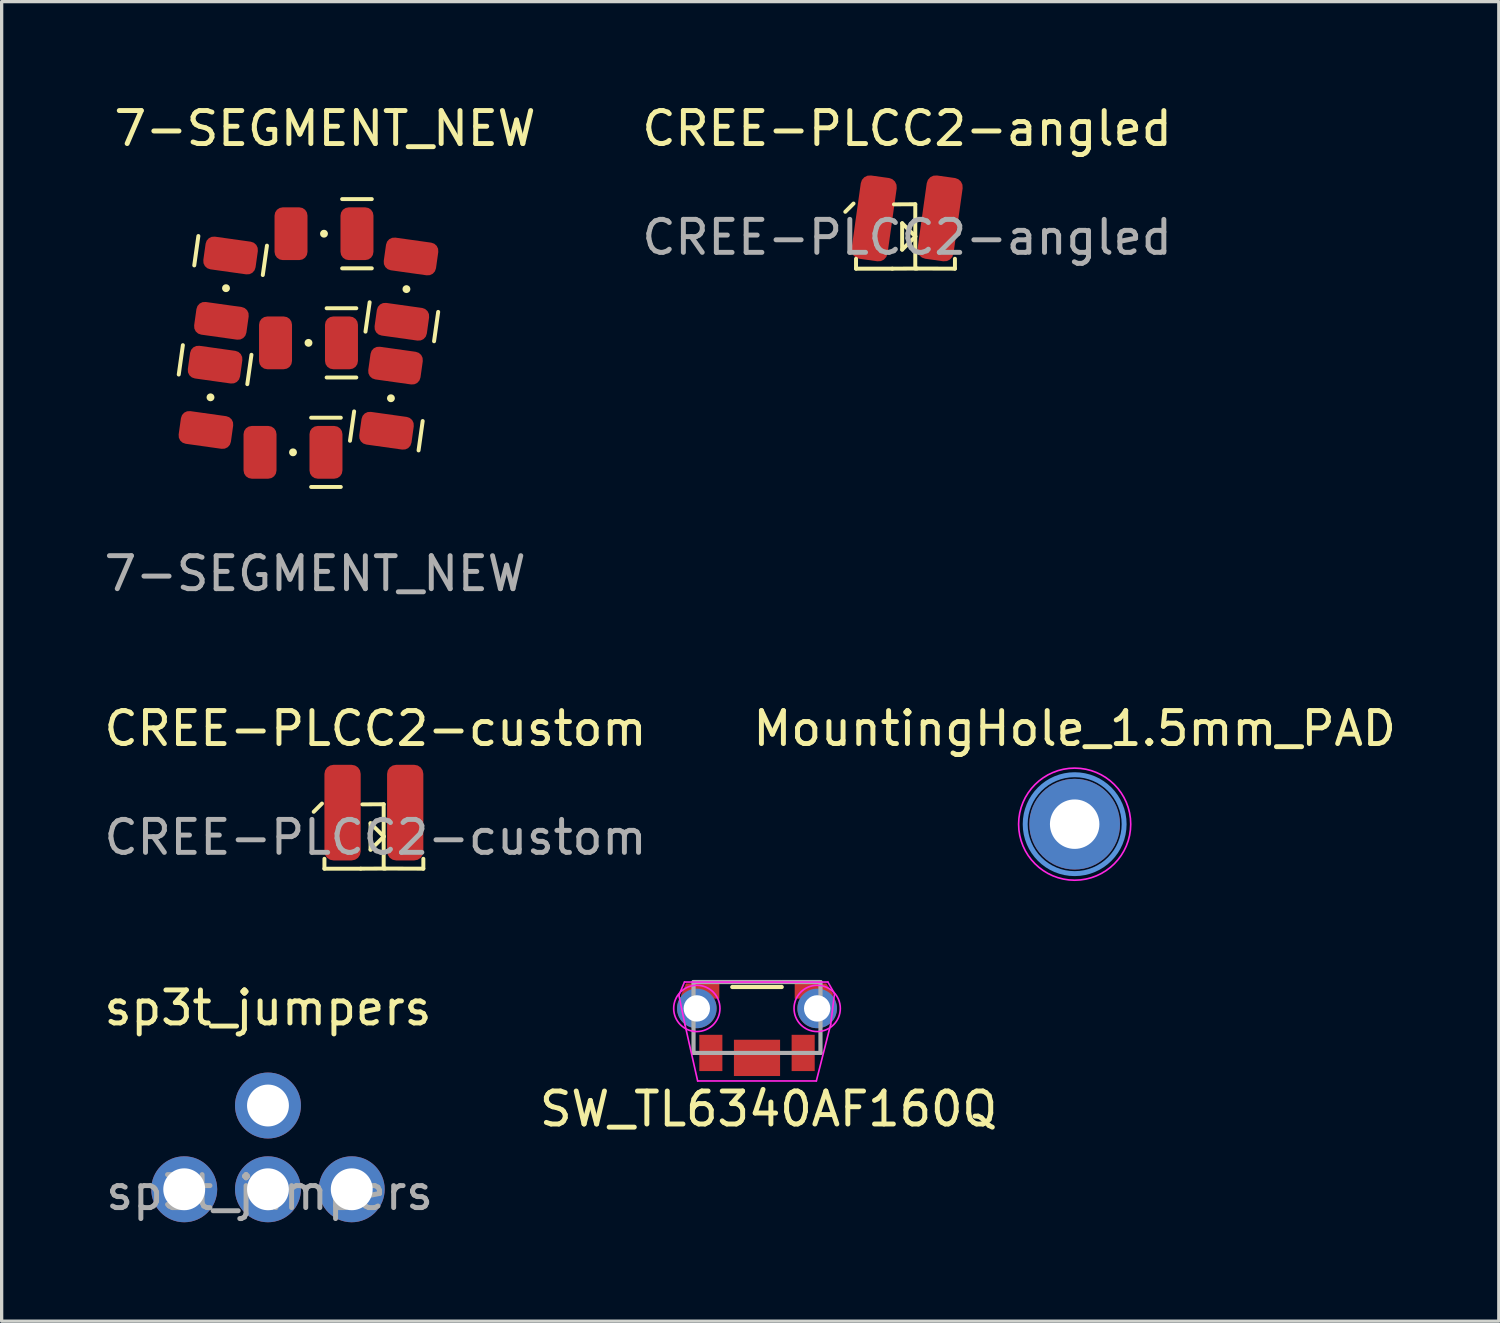
<source format=kicad_pcb>
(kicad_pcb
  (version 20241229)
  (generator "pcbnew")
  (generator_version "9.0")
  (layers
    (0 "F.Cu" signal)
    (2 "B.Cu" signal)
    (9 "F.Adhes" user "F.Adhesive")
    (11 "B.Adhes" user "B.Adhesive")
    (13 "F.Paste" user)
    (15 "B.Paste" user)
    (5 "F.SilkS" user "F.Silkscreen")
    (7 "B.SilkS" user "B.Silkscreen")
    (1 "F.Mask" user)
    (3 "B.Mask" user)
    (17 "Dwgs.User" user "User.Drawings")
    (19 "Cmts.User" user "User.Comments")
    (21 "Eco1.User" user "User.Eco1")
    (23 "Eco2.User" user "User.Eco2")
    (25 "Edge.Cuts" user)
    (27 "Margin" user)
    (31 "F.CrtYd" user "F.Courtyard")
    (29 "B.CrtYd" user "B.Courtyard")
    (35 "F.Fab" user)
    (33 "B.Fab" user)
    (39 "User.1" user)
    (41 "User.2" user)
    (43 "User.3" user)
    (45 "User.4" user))
  (footprint "7-SEGMENT_NEW"
    (layer "F.Cu")
    (at 6.306 7.348)
    (property "Reference" "7-SEGMENT_NEW" (at 0.5 -6.5 0) (unlocked yes) (layer "F.SilkS") (effects (font (size 1 1) (thickness 0.15))))
    (attr smd)
    (fp_line (start -3.81 0.07) (end -3.935 0.961) (stroke (width 0.12) (type default)) (layer "F.SilkS"))
    (fp_line (start -3.34 -3.24) (end -3.465 -2.349) (stroke (width 0.12) (type default)) (layer "F.SilkS"))
    (fp_line (start -1.73 0.362) (end -1.856 1.253) (stroke (width 0.12) (type default)) (layer "F.SilkS"))
    (fp_line (start -1.26 -2.948) (end -1.386 -2.057) (stroke (width 0.12) (type default)) (layer "F.SilkS"))
    (fp_line (start 0.98 2.27) (end 0.08 2.27) (stroke (width 0.12) (type default)) (layer "F.SilkS"))
    (fp_line (start 0.98 4.37) (end 0.08 4.37) (stroke (width 0.12) (type default)) (layer "F.SilkS"))
    (fp_line (start 1.258 2.97) (end 1.384 2.079) (stroke (width 0.12) (type default)) (layer "F.SilkS"))
    (fp_line (start 1.45 -1.05) (end 0.55 -1.05) (stroke (width 0.12) (type default)) (layer "F.SilkS"))
    (fp_line (start 1.45 1.05) (end 0.55 1.05) (stroke (width 0.12) (type default)) (layer "F.SilkS"))
    (fp_line (start 1.728 -0.34) (end 1.854 -1.231) (stroke (width 0.12) (type default)) (layer "F.SilkS"))
    (fp_line (start 1.92 -4.36) (end 1.02 -4.36) (stroke (width 0.12) (type default)) (layer "F.SilkS"))
    (fp_line (start 1.92 -2.26) (end 1.02 -2.26) (stroke (width 0.12) (type default)) (layer "F.SilkS"))
    (fp_line (start 3.338 3.262) (end 3.463 2.371) (stroke (width 0.12) (type default)) (layer "F.SilkS"))
    (fp_line (start 3.808 -0.048) (end 3.933 -0.939) (stroke (width 0.12) (type default)) (layer "F.SilkS"))
    (fp_circle (center -2.972 1.652) (end -2.972 1.652) (stroke (width 0.12) (type default)) (fill no) (layer "F.SilkS"))
    (fp_circle (center -2.502 -1.658) (end -2.502 -1.658) (stroke (width 0.12) (type default)) (fill no) (layer "F.SilkS"))
    (fp_circle (center -0.47 3.32) (end -0.47 3.32) (stroke (width 0.12) (type default)) (fill no) (layer "F.SilkS"))
    (fp_circle (center 0 0) (end 0 0) (stroke (width 0.12) (type default)) (fill no) (layer "F.SilkS"))
    (fp_circle (center 0.47 -3.31) (end 0.47 -3.31) (stroke (width 0.12) (type default)) (fill no) (layer "F.SilkS"))
    (fp_circle (center 2.5 1.68) (end 2.5 1.68) (stroke (width 0.12) (type default)) (fill no) (layer "F.SilkS"))
    (fp_circle (center 2.97 -1.63) (end 2.97 -1.63) (stroke (width 0.12) (type default)) (fill no) (layer "F.SilkS"))
    (fp_text user "${REFERENCE}" (at 0.2 7 0) (unlocked yes) (layer "F.Fab") (effects (font (size 1 1) (thickness 0.15))))
    (pad "1" smd roundrect (at -0.53 -3.31 90) (size 1.6 1) (layers "F.Cu" "F.Mask" "F.Paste") (roundrect_rratio 0.25))
    (pad "2" smd roundrect (at 3.109 -2.62 352) (size 1.6 1) (layers "F.Cu" "F.Mask" "F.Paste") (roundrect_rratio 0.25))
    (pad "3" smd roundrect (at 2.639 0.69 352) (size 1.6 1) (layers "F.Cu" "F.Mask" "F.Paste") (roundrect_rratio 0.25))
    (pad "4" smd roundrect (at -1.47 3.32 90) (size 1.6 1) (layers "F.Cu" "F.Mask" "F.Paste") (roundrect_rratio 0.25))
    (pad "5" smd roundrect (at -3.111 2.642 172) (size 1.6 1) (layers "F.Cu" "F.Mask" "F.Paste") (roundrect_rratio 0.25))
    (pad "6" smd roundrect (at -2.641 -0.668 172) (size 1.6 1) (layers "F.Cu" "F.Mask" "F.Paste") (roundrect_rratio 0.25))
    (pad "7" smd roundrect (at -1 0 90) (size 1.6 1) (layers "F.Cu" "F.Mask" "F.Paste") (roundrect_rratio 0.25))
    (pad "8" smd roundrect (at 1.47 -3.31 90) (size 1.6 1) (layers "F.Cu" "F.Mask" "F.Paste") (roundrect_rratio 0.25))
    (pad "9" smd roundrect (at 2.831 -0.64 352) (size 1.6 1) (layers "F.Cu" "F.Mask" "F.Paste") (roundrect_rratio 0.25))
    (pad "10" smd roundrect (at 2.366 2.665 352) (size 1.6 1) (layers "F.Cu" "F.Mask" "F.Paste") (roundrect_rratio 0.25))
    (pad "11" smd roundrect (at 0.53 3.32 90) (size 1.6 1) (layers "F.Cu" "F.Mask" "F.Paste") (roundrect_rratio 0.25))
    (pad "12" smd roundrect (at -2.833 0.661 172) (size 1.6 1) (layers "F.Cu" "F.Mask" "F.Paste") (roundrect_rratio 0.25))
    (pad "13" smd roundrect (at -2.363 -2.649 172) (size 1.6 1) (layers "F.Cu" "F.Mask" "F.Paste") (roundrect_rratio 0.25))
    (pad "14" smd roundrect (at 1 0 90) (size 1.6 1) (layers "F.Cu" "F.Mask" "F.Paste") (roundrect_rratio 0.25)))
  (footprint "CREE-PLCC2-custom"
    (layer "F.Cu")
    (at 8.289 22.295)
    (property "Reference" "CREE-PLCC2-custom" (at 0.05 -3.25 0) (unlocked yes) (layer "F.SilkS") (effects (font (size 1 1) (thickness 0.15))))
    (attr smd)
    (fp_line (start -1.575 -0.975) (end -1.825 -0.725) (stroke (width 0.12) (type default)) (layer "F.SilkS"))
    (fp_line (start -1.5 1) (end -1.5 0.7) (stroke (width 0.12) (type default)) (layer "F.SilkS"))
    (fp_line (start -0.4 1) (end -1.5 1) (stroke (width 0.12) (type default)) (layer "F.SilkS"))
    (fp_line (start -0.101 -0.377) (end 0.297 0.021) (stroke (width 0.12) (type default)) (layer "F.SilkS"))
    (fp_line (start -0.101 0.423) (end -0.101 -0.377) (stroke (width 0.12) (type default)) (layer "F.SilkS"))
    (fp_line (start 0.297 -0.954) (end -0.35 -0.95) (stroke (width 0.12) (type default)) (layer "F.SilkS"))
    (fp_line (start 0.297 -0.954) (end 0.297 0.996) (stroke (width 0.12) (type default)) (layer "F.SilkS"))
    (fp_line (start 0.301 0.025) (end -0.101 0.423) (stroke (width 0.12) (type default)) (layer "F.SilkS"))
    (fp_line (start 0.346 0.996) (end -0.4 1) (stroke (width 0.12) (type default)) (layer "F.SilkS"))
    (fp_line (start 0.346 0.996) (end 1.5 1) (stroke (width 0.12) (type default)) (layer "F.SilkS"))
    (fp_line (start 1.5 1) (end 1.5 0.7) (stroke (width 0.12) (type default)) (layer "F.SilkS"))
    (fp_rect (start -1.5 -1) (end 1.5 1) (stroke (width 0.06) (type default)) (fill no) (layer "Margin"))
    (fp_text user "${REFERENCE}" (at 0.05 0.05 0) (unlocked yes) (layer "F.Fab") (effects (font (size 1 1) (thickness 0.15))))
    (pad "A" smd roundrect (at -0.95 -0.7 90) (size 2.9 1.1) (layers "F.Cu" "F.Mask" "F.Paste") (roundrect_rratio 0.25))
    (pad "K" smd roundrect (at 0.95 -0.7 90) (size 2.9 1.1) (layers "F.Cu" "F.Mask" "F.Paste") (roundrect_rratio 0.25)))
  (footprint "sp3t_jumpers"
    (layer "F.Cu")
    (at 5.077 33.018)
    (property "Reference" "sp3t_jumpers" (at 0 -5.5 0) (unlocked yes) (layer "F.SilkS") (effects (font (size 1 1) (thickness 0.15))))
    (attr through_hole)
    (fp_text user "${REFERENCE}" (at 0.05 0.1 0) (unlocked yes) (layer "F.Fab") (effects (font (size 1 1) (thickness 0.15))))
    (pad "1" thru_hole circle (at -2.54 0) (size 2 2) (drill 1.27) (layers "*.Cu" "*.Mask"))
    (pad "2" thru_hole circle (at 0 -2.54) (size 2 2) (drill 1.27) (layers "*.Cu" "*.Mask"))
    (pad "3" thru_hole circle (at 0 0) (size 2 2) (drill 1.27) (layers "*.Cu" "*.Mask"))
    (pad "4" thru_hole circle (at 2.54 0) (size 2 2) (drill 1.27) (layers "*.Cu" "*.Mask")))
  (footprint "SW_TL6340AF160Q"
    (layer "F.Cu")
    (at 19.908 27.533)
    (property "Reference" "SW_TL6340AF160Q" (at 0.35 3.05 0) (layer "F.SilkS") (effects (font (size 1 1) (thickness 0.15))))
    (attr smd)
    (fp_poly (pts (xy 2.1 -0.75) (xy 2.3 -0.45) (xy 2.2 0.4) (xy 1.825 0.4) (xy 1.804 0.399) (xy 1.783 0.398) (xy 1.762 0.395) (xy 1.742 0.391) (xy 1.721 0.386) (xy 1.701 0.38) (xy 1.682 0.373) (xy 1.662 0.365) (xy 1.643 0.356) (xy 1.625 0.346) (xy 1.607 0.335) (xy 1.59 0.324) (xy 1.573 0.311) (xy 1.557 0.297) (xy 1.542 0.283) (xy 1.528 0.268) (xy 1.514 0.252) (xy 1.501 0.235) (xy 1.49 0.218) (xy 1.479 0.2) (xy 1.469 0.182) (xy 1.46 0.163) (xy 1.452 0.143) (xy 1.445 0.124) (xy 1.439 0.104) (xy 1.434 0.083) (xy 1.43 0.063) (xy 1.427 0.042) (xy 1.426 0.021) (xy 1.425 0) (xy 1.425 -0.3) (xy 1.15 -0.3) (xy 1.15 -0.75)) (stroke (width 0.01) (type solid)) (fill yes) (layer "F.Cu"))
    (fp_poly (pts (xy -2.3 -0.4) (xy -2.3 -0.3) (xy -2.15 0.4) (xy -1.825 0.4) (xy -1.804 0.399) (xy -1.783 0.398) (xy -1.762 0.395) (xy -1.742 0.391) (xy -1.721 0.386) (xy -1.701 0.38) (xy -1.682 0.373) (xy -1.662 0.365) (xy -1.643 0.356) (xy -1.625 0.346) (xy -1.607 0.335) (xy -1.59 0.324) (xy -1.573 0.311) (xy -1.557 0.297) (xy -1.542 0.283) (xy -1.528 0.268) (xy -1.514 0.252) (xy -1.501 0.235) (xy -1.49 0.218) (xy -1.479 0.2) (xy -1.469 0.182) (xy -1.46 0.163) (xy -1.452 0.143) (xy -1.445 0.124) (xy -1.439 0.104) (xy -1.434 0.083) (xy -1.43 0.063) (xy -1.427 0.042) (xy -1.426 0.021) (xy -1.425 0) (xy -1.425 -0.3) (xy -1.15 -0.3) (xy -1.15 -0.75) (xy -2.15 -0.75)) (stroke (width 0.01) (type solid)) (fill yes) (layer "F.Cu"))
    (fp_circle (center -1.825 0) (end -1.114 0) (stroke (width 0.12) (type solid)) (fill yes) (layer "F.Mask"))
    (fp_circle (center 1.825 0) (end 2.536 0) (stroke (width 0.12) (type solid)) (fill yes) (layer "F.Mask"))
    (fp_circle (center -1.829 0) (end -1.132 0) (stroke (width 0.12) (type solid)) (fill yes) (layer "B.Mask"))
    (fp_circle (center 1.825 0) (end 2.521 0) (stroke (width 0.12) (type solid)) (fill yes) (layer "B.Mask"))
    (fp_line (start 0.75 -0.65) (end -0.75 -0.65) (stroke (width 0.127) (type solid)) (layer "F.SilkS"))
    (fp_line (start -2.369 -0.399) (end -2.183 0.498) (stroke (width 0.05) (type solid)) (layer "F.CrtYd"))
    (fp_line (start -2.2 -0.8) (end -2.369 -0.399) (stroke (width 0.05) (type solid)) (layer "F.CrtYd"))
    (fp_line (start -2.183 0.498) (end -1.8 2.2) (stroke (width 0.05) (type solid)) (layer "F.CrtYd"))
    (fp_line (start -1.8 2.2) (end 1.8 2.2) (stroke (width 0.05) (type solid)) (layer "F.CrtYd"))
    (fp_line (start 1.8 2.2) (end 2.235 0.482) (stroke (width 0.05) (type solid)) (layer "F.CrtYd"))
    (fp_line (start 2.15 -0.8) (end -2.2 -0.8) (stroke (width 0.05) (type solid)) (layer "F.CrtYd"))
    (fp_line (start 2.15 -0.8) (end 2.35 -0.45) (stroke (width 0.05) (type solid)) (layer "F.CrtYd"))
    (fp_line (start 2.235 0.482) (end 2.35 -0.45) (stroke (width 0.05) (type solid)) (layer "F.CrtYd"))
    (fp_circle (center -1.825 0) (end -1.125 -0.05) (stroke (width 0.05) (type default)) (fill no) (layer "F.CrtYd"))
    (fp_circle (center 1.825 0) (end 2.525 -0.05) (stroke (width 0.05) (type default)) (fill no) (layer "F.CrtYd"))
    (fp_line (start -1.925 -0.8) (end -1.925 1.35) (stroke (width 0.127) (type solid)) (layer "F.Fab"))
    (fp_line (start -1.925 -0.8) (end -0.75 -0.8) (stroke (width 0.127) (type solid)) (layer "F.Fab"))
    (fp_line (start -1.925 1.35) (end 1.925 1.35) (stroke (width 0.127) (type solid)) (layer "F.Fab"))
    (fp_line (start 0.75 -0.8) (end -0.75 -0.8) (stroke (width 0.127) (type solid)) (layer "F.Fab"))
    (fp_line (start 1.925 -0.8) (end 0.75 -0.8) (stroke (width 0.127) (type solid)) (layer "F.Fab"))
    (fp_line (start 1.925 1.35) (end 1.925 -0.8) (stroke (width 0.127) (type solid)) (layer "F.Fab"))
    (pad "1" smd rect (at -1.4 1.35) (size 0.7 1.1) (layers "F.Cu" "F.Mask" "F.Paste"))
    (pad "2" smd rect (at 1.4 1.35) (size 0.7 1.1) (layers "F.Cu" "F.Mask" "F.Paste"))
    (pad "SH1" thru_hole circle (at -1.825 0) (size 1.2 1.2) (drill 0.8) (layers "*.Cu"))
    (pad "SH2" thru_hole circle (at 1.825 0) (size 1.2 1.2) (drill 0.8) (layers "*.Cu"))
    (pad "SH3" smd rect (at 0 1.5) (size 1.4 1.1) (layers "F.Cu" "F.Mask" "F.Paste")))
  (footprint "CREE-PLCC2-angled"
    (layer "F.Cu")
    (at 24.411 4.098)
    (property "Reference" "CREE-PLCC2-angled" (at 0.05 -3.25 0) (unlocked yes) (layer "F.SilkS") (effects (font (size 1 1) (thickness 0.15))))
    (attr smd)
    (fp_line (start -1.575 -0.975) (end -1.825 -0.725) (stroke (width 0.12) (type default)) (layer "F.SilkS"))
    (fp_line (start -1.5 1) (end -1.5 0.7) (stroke (width 0.12) (type default)) (layer "F.SilkS"))
    (fp_line (start -0.4 1) (end -1.5 1) (stroke (width 0.12) (type default)) (layer "F.SilkS"))
    (fp_line (start -0.101 -0.377) (end 0.297 0.021) (stroke (width 0.12) (type default)) (layer "F.SilkS"))
    (fp_line (start -0.101 0.423) (end -0.101 -0.377) (stroke (width 0.12) (type default)) (layer "F.SilkS"))
    (fp_line (start 0.297 -0.954) (end -0.35 -0.95) (stroke (width 0.12) (type default)) (layer "F.SilkS"))
    (fp_line (start 0.297 -0.954) (end 0.297 0.996) (stroke (width 0.12) (type default)) (layer "F.SilkS"))
    (fp_line (start 0.301 0.025) (end -0.101 0.423) (stroke (width 0.12) (type default)) (layer "F.SilkS"))
    (fp_line (start 0.346 0.996) (end -0.4 1) (stroke (width 0.12) (type default)) (layer "F.SilkS"))
    (fp_line (start 0.346 0.996) (end 1.5 1) (stroke (width 0.12) (type default)) (layer "F.SilkS"))
    (fp_line (start 1.5 1) (end 1.5 0.7) (stroke (width 0.12) (type default)) (layer "F.SilkS"))
    (fp_rect (start -1.5 -1) (end 1.5 1) (stroke (width 0.06) (type default)) (fill no) (layer "Margin"))
    (fp_text user "${REFERENCE}" (at 0.05 0.05 0) (unlocked yes) (layer "F.Fab") (effects (font (size 1 1) (thickness 0.15))))
    (pad "A" smd roundrect (at -0.95 -0.525 82) (size 2.55 1.1) (layers "F.Cu" "F.Mask" "F.Paste") (roundrect_rratio 0.25))
    (pad "K" smd roundrect (at 1.05 -0.525 82) (size 2.55 1.1) (layers "F.Cu" "F.Mask" "F.Paste") (roundrect_rratio 0.25)))
  (footprint "MountingHole_1.5mm_PAD"
    (layer "F.Cu")
    (at 29.542 21.945)
    (property "Reference" "MountingHole_1.5mm_PAD" (at 0 -2.9 0) (layer "F.SilkS") (effects (font (size 1 1) (thickness 0.15))))
    (attr exclude_from_pos_files exclude_from_bom)
    (fp_circle (center 0 0) (end 1.5 0) (stroke (width 0.15) (type solid)) (fill no) (layer "Cmts.User"))
    (fp_circle (center 0 0) (end 1.7 0) (stroke (width 0.05) (type solid)) (fill no) (layer "F.CrtYd"))
    (pad "1" thru_hole circle (at 0 0) (size 2.75 2.75) (drill 1.5) (layers "*.Cu" "*.Mask")))
  (gr_rect
    (start -3 -3)
    (end 42.405 37.018)
    (stroke (width 0.1) (type default))
    (fill no)
    (layer "Edge.Cuts")))
</source>
